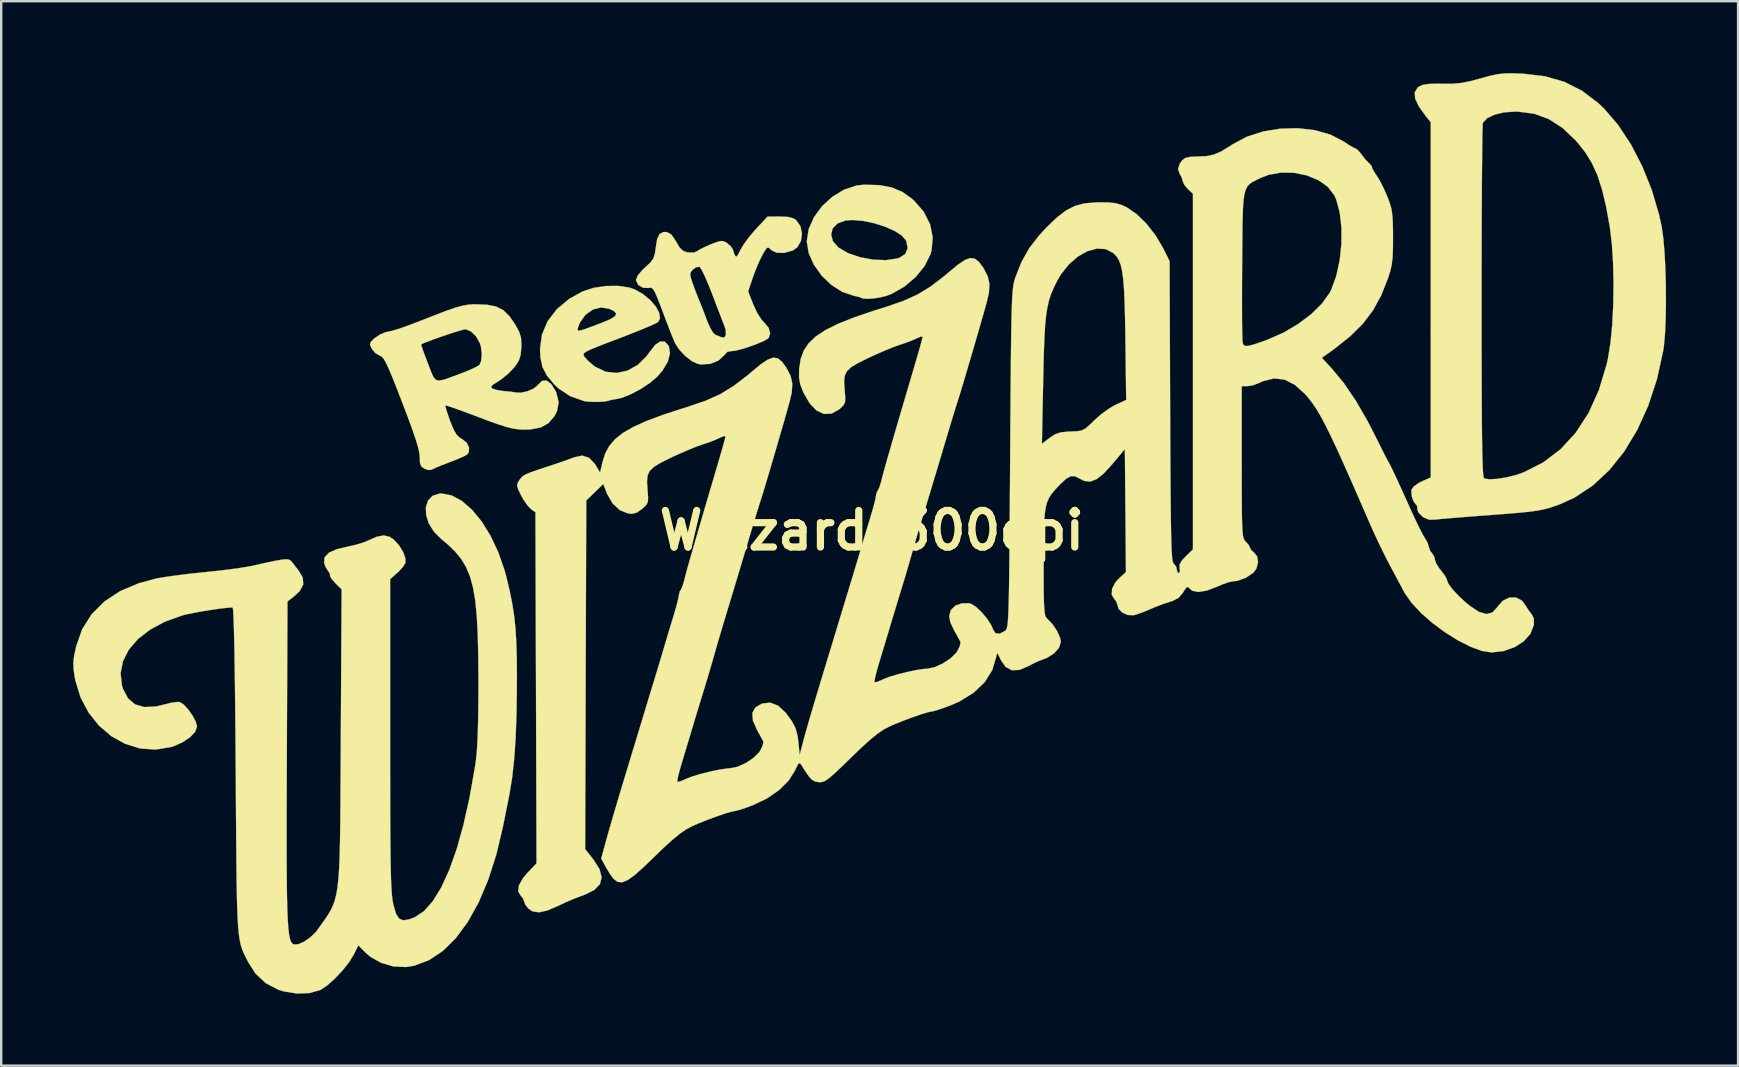
<source format=kicad_pcb>
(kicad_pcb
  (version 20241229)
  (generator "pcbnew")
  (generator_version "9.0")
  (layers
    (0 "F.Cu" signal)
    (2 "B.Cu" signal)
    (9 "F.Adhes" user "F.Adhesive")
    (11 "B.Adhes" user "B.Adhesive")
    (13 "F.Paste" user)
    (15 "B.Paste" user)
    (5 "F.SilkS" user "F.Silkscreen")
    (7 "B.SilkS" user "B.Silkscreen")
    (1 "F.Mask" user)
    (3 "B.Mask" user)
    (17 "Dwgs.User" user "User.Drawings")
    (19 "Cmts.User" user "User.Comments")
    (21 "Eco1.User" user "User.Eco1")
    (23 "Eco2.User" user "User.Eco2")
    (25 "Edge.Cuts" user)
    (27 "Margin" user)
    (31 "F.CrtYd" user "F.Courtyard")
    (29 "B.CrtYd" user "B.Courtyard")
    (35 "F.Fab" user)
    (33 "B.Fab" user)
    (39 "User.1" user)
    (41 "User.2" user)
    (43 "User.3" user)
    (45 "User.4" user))
  (footprint "Wizzard_300dpi"
    (layer "F.Cu")
    (at 33.267 19.048)
    (property "Reference" "Wizzard_300dpi" (at 0 0 0) (layer "F.SilkS") (effects (font (size 1.524 1.524) (thickness 0.3))))
    (attr through_hole)
    (fp_poly (pts (xy 0.317 -14.386) (xy 0.837 -14.288) (xy 1.28 -14.099) (xy 1.688 -13.805) (xy 1.757 -13.744) (xy 2.162 -13.277) (xy 2.424 -12.761) (xy 2.536 -12.218) (xy 2.491 -11.673) (xy 2.443 -11.506) (xy 2.202 -11.021) (xy 1.829 -10.561) (xy 1.363 -10.164) (xy 0.843 -9.865) (xy 0.634 -9.783) (xy 0.358 -9.711) (xy 0.058 -9.665) (xy -0.211 -9.649) (xy -0.394 -9.669) (xy -0.433 -9.69) (xy -0.534 -9.729) (xy -0.731 -9.773) (xy -0.753 -9.777) (xy -1.231 -9.938) (xy -1.686 -10.23) (xy -2.09 -10.618) (xy -2.414 -11.072) (xy -2.63 -11.556) (xy -2.709 -12.039) (xy -2.709 -12.043) (xy -2.665 -12.328) (xy -1.697 -12.328) (xy -1.621 -12.05) (xy -1.399 -11.793) (xy -1.001 -11.558) (xy -0.5 -11.384) (xy 0.048 -11.282) (xy 0.586 -11.261) (xy 1.059 -11.33) (xy 1.153 -11.36) (xy 1.395 -11.519) (xy 1.493 -11.757) (xy 1.438 -12.051) (xy 1.421 -12.088) (xy 1.247 -12.289) (xy 0.943 -12.482) (xy 0.549 -12.656) (xy 0.102 -12.798) (xy -0.356 -12.895) (xy -0.788 -12.933) (xy -1.095 -12.913) (xy -1.425 -12.792) (xy -1.629 -12.586) (xy -1.697 -12.328) (xy -2.665 -12.328) (xy -2.629 -12.556) (xy -2.407 -13.055) (xy -2.07 -13.512) (xy -1.644 -13.902) (xy -1.157 -14.196) (xy -0.635 -14.37) (xy -0.318 -14.405) (xy 0.317 -14.386)) (stroke (width 0.01) (type solid)) (fill yes) (layer "F.SilkS"))
    (fp_poly (pts (xy -10.092 -10.117) (xy -9.883 -10.045) (xy -9.533 -9.847) (xy -9.232 -9.599) (xy -9 -9.331) (xy -8.857 -9.068) (xy -8.823 -8.838) (xy -8.902 -8.682) (xy -9.015 -8.62) (xy -9.259 -8.511) (xy -9.609 -8.365) (xy -10.038 -8.194) (xy -10.519 -8.008) (xy -10.552 -7.996) (xy -11.08 -7.795) (xy -11.468 -7.643) (xy -11.736 -7.531) (xy -11.903 -7.447) (xy -11.988 -7.382) (xy -12.01 -7.324) (xy -11.988 -7.264) (xy -11.966 -7.229) (xy -11.823 -7.069) (xy -11.604 -6.881) (xy -11.51 -6.813) (xy -11.083 -6.611) (xy -10.629 -6.562) (xy -10.176 -6.66) (xy -9.75 -6.897) (xy -9.378 -7.265) (xy -9.261 -7.429) (xy -9.027 -7.729) (xy -8.81 -7.875) (xy -8.62 -7.865) (xy -8.468 -7.697) (xy -8.451 -7.662) (xy -8.408 -7.372) (xy -8.501 -7.029) (xy -8.721 -6.661) (xy -8.943 -6.404) (xy -9.248 -6.145) (xy -9.629 -5.893) (xy -10.032 -5.678) (xy -10.404 -5.529) (xy -10.629 -5.478) (xy -10.839 -5.444) (xy -10.968 -5.406) (xy -11.111 -5.375) (xy -11.356 -5.358) (xy -11.635 -5.357) (xy -11.882 -5.373) (xy -11.98 -5.389) (xy -12.569 -5.597) (xy -13.05 -5.915) (xy -13.225 -6.083) (xy -13.534 -6.453) (xy -13.719 -6.807) (xy -13.806 -7.208) (xy -13.822 -7.568) (xy -13.74 -8.164) (xy -13.644 -8.389) (xy -12.257 -8.389) (xy -12.249 -8.335) (xy -12.185 -8.325) (xy -12.042 -8.36) (xy -11.796 -8.445) (xy -11.423 -8.585) (xy -11.244 -8.653) (xy -10.888 -8.803) (xy -10.691 -8.928) (xy -10.647 -9.037) (xy -10.75 -9.144) (xy -10.932 -9.233) (xy -11.277 -9.292) (xy -11.618 -9.204) (xy -11.922 -8.991) (xy -12.154 -8.672) (xy -12.232 -8.479) (xy -12.257 -8.389) (xy -13.644 -8.389) (xy -13.502 -8.721) (xy -13.118 -9.222) (xy -12.6 -9.652) (xy -12.052 -9.957) (xy -11.597 -10.106) (xy -11.078 -10.184) (xy -10.557 -10.189) (xy -10.092 -10.117)) (stroke (width 0.01) (type solid)) (fill yes) (layer "F.SilkS"))
    (fp_poly (pts (xy -3.489 -13.062) (xy -3.265 -13.003) (xy -3.147 -12.924) (xy -2.971 -12.669) (xy -2.909 -12.363) (xy -2.954 -12.057) (xy -3.101 -11.8) (xy -3.294 -11.663) (xy -3.649 -11.564) (xy -3.961 -11.57) (xy -4.186 -11.679) (xy -4.201 -11.695) (xy -4.292 -11.781) (xy -4.364 -11.777) (xy -4.454 -11.66) (xy -4.551 -11.494) (xy -4.686 -11.222) (xy -4.835 -10.868) (xy -4.954 -10.547) (xy -5.152 -9.96) (xy -4.934 -9.404) (xy -4.772 -9.057) (xy -4.592 -8.777) (xy -4.474 -8.651) (xy -4.298 -8.441) (xy -4.235 -8.217) (xy -4.294 -8.029) (xy -4.339 -7.985) (xy -4.513 -7.888) (xy -4.782 -7.774) (xy -5.098 -7.658) (xy -5.41 -7.559) (xy -5.671 -7.492) (xy -5.831 -7.473) (xy -5.842 -7.475) (xy -6.021 -7.441) (xy -6.139 -7.311) (xy -6.384 -7.08) (xy -6.725 -6.942) (xy -7.106 -6.916) (xy -7.25 -6.94) (xy -7.502 -7.058) (xy -7.781 -7.277) (xy -8.033 -7.548) (xy -8.189 -7.79) (xy -8.259 -7.953) (xy -8.372 -8.233) (xy -8.511 -8.589) (xy -8.64 -8.928) (xy -8.815 -9.393) (xy -8.945 -9.722) (xy -9.041 -9.936) (xy -9.117 -10.057) (xy -9.184 -10.109) (xy -9.256 -10.113) (xy -9.304 -10.102) (xy -9.531 -10.11) (xy -9.724 -10.224) (xy -9.82 -10.406) (xy -9.822 -10.438) (xy -9.752 -10.62) (xy -9.715 -10.664) (xy -7.568 -10.664) (xy -7.535 -10.503) (xy -7.461 -10.287) (xy -7.346 -9.974) (xy -7.229 -9.673) (xy -7.185 -9.567) (xy -7.088 -9.328) (xy -6.963 -9.006) (xy -6.861 -8.734) (xy -6.741 -8.456) (xy -6.62 -8.248) (xy -6.527 -8.156) (xy -6.327 -8.078) (xy -6.265 -8.048) (xy -6.14 -8.041) (xy -6.078 -8.157) (xy -6.088 -8.36) (xy -6.135 -8.509) (xy -6.203 -8.682) (xy -6.316 -8.975) (xy -6.46 -9.35) (xy -6.619 -9.768) (xy -6.651 -9.852) (xy -6.81 -10.253) (xy -6.958 -10.594) (xy -7.081 -10.845) (xy -7.165 -10.975) (xy -7.18 -10.986) (xy -7.32 -10.965) (xy -7.453 -10.87) (xy -7.541 -10.768) (xy -7.568 -10.664) (xy -9.715 -10.664) (xy -9.553 -10.855) (xy -9.436 -10.964) (xy -9.215 -11.172) (xy -9.092 -11.347) (xy -9.03 -11.558) (xy -9 -11.789) (xy -8.941 -12.143) (xy -8.84 -12.35) (xy -8.681 -12.434) (xy -8.535 -12.431) (xy -8.354 -12.331) (xy -8.176 -12.076) (xy -8.148 -12.023) (xy -7.995 -11.77) (xy -7.835 -11.635) (xy -7.682 -11.584) (xy -7.413 -11.575) (xy -7.281 -11.633) (xy -7.135 -11.723) (xy -6.892 -11.841) (xy -6.696 -11.924) (xy -6.431 -12.025) (xy -6.264 -12.061) (xy -6.141 -12.037) (xy -6.036 -11.976) (xy -5.873 -11.838) (xy -5.795 -11.721) (xy -5.715 -11.481) (xy -5.654 -11.4) (xy -5.583 -11.472) (xy -5.479 -11.678) (xy -5.332 -11.925) (xy -5.108 -12.229) (xy -4.853 -12.529) (xy -4.821 -12.564) (xy -4.341 -13.075) (xy -3.831 -13.078) (xy -3.489 -13.062)) (stroke (width 0.01) (type solid)) (fill yes) (layer "F.SilkS"))
    (fp_poly (pts (xy 27.125 -19.028) (xy 28.037 -18.922) (xy 28.85 -18.688) (xy 29.589 -18.314) (xy 30.274 -17.792) (xy 30.508 -17.57) (xy 31.089 -16.892) (xy 31.624 -16.081) (xy 32.096 -15.166) (xy 32.492 -14.18) (xy 32.794 -13.155) (xy 32.904 -12.649) (xy 32.968 -12.192) (xy 33.019 -11.611) (xy 33.055 -10.942) (xy 33.076 -10.227) (xy 33.08 -9.504) (xy 33.069 -8.813) (xy 33.041 -8.193) (xy 32.995 -7.683) (xy 32.968 -7.493) (xy 32.705 -6.299) (xy 32.341 -5.194) (xy 31.885 -4.188) (xy 31.344 -3.292) (xy 30.724 -2.517) (xy 30.034 -1.874) (xy 29.279 -1.374) (xy 28.709 -1.111) (xy 28.455 -1.017) (xy 28.226 -0.942) (xy 27.994 -0.881) (xy 27.735 -0.83) (xy 27.422 -0.786) (xy 27.03 -0.745) (xy 26.532 -0.702) (xy 25.904 -0.654) (xy 25.558 -0.628) (xy 25.011 -0.587) (xy 24.501 -0.547) (xy 24.06 -0.51) (xy 23.719 -0.48) (xy 23.51 -0.458) (xy 23.494 -0.456) (xy 23.218 -0.448) (xy 23.003 -0.534) (xy 22.917 -0.596) (xy 22.771 -0.748) (xy 22.721 -0.881) (xy 22.724 -0.896) (xy 22.714 -1.03) (xy 22.682 -1.064) (xy 22.565 -1.213) (xy 22.487 -1.443) (xy 22.475 -1.668) (xy 22.485 -1.713) (xy 22.59 -1.845) (xy 22.796 -1.987) (xy 22.911 -2.044) (xy 23.283 -2.209) (xy 23.283 -9.525) (xy 25.4 -9.525) (xy 25.4 -8.192) (xy 25.402 -7.02) (xy 25.405 -5.999) (xy 25.409 -5.121) (xy 25.414 -4.377) (xy 25.421 -3.758) (xy 25.429 -3.255) (xy 25.44 -2.859) (xy 25.452 -2.562) (xy 25.466 -2.354) (xy 25.483 -2.227) (xy 25.501 -2.171) (xy 25.506 -2.168) (xy 25.718 -2.132) (xy 26.041 -2.149) (xy 26.427 -2.211) (xy 26.828 -2.31) (xy 27.14 -2.416) (xy 27.964 -2.832) (xy 28.694 -3.387) (xy 29.326 -4.076) (xy 29.858 -4.896) (xy 30.286 -5.842) (xy 30.608 -6.911) (xy 30.663 -7.154) (xy 30.766 -7.788) (xy 30.841 -8.544) (xy 30.885 -9.379) (xy 30.898 -10.246) (xy 30.88 -11.103) (xy 30.831 -11.904) (xy 30.748 -12.606) (xy 30.74 -12.658) (xy 30.587 -13.502) (xy 30.419 -14.205) (xy 30.227 -14.796) (xy 29.998 -15.302) (xy 29.722 -15.752) (xy 29.387 -16.173) (xy 29.327 -16.24) (xy 28.774 -16.767) (xy 28.205 -17.136) (xy 27.596 -17.36) (xy 26.923 -17.448) (xy 26.782 -17.45) (xy 26.328 -17.416) (xy 25.933 -17.32) (xy 25.633 -17.176) (xy 25.462 -16.995) (xy 25.453 -16.972) (xy 25.445 -16.869) (xy 25.437 -16.608) (xy 25.43 -16.203) (xy 25.424 -15.667) (xy 25.418 -15.011) (xy 25.412 -14.248) (xy 25.408 -13.391) (xy 25.404 -12.452) (xy 25.402 -11.444) (xy 25.4 -10.38) (xy 25.4 -9.525) (xy 23.283 -9.525) (xy 23.283 -17.005) (xy 23.089 -17.244) (xy 22.791 -17.657) (xy 22.633 -17.988) (xy 22.615 -18.248) (xy 22.734 -18.445) (xy 22.804 -18.499) (xy 22.966 -18.567) (xy 23.213 -18.603) (xy 23.579 -18.612) (xy 23.757 -18.608) (xy 24.18 -18.608) (xy 24.547 -18.641) (xy 24.93 -18.717) (xy 25.347 -18.829) (xy 25.744 -18.938) (xy 26.059 -19.006) (xy 26.354 -19.038) (xy 26.694 -19.043) (xy 27.125 -19.028)) (stroke (width 0.01) (type solid)) (fill yes) (layer "F.SilkS"))
    (fp_poly (pts (xy -16.041 -9.405) (xy -15.654 -9.33) (xy -15.353 -9.178) (xy -15.097 -8.929) (xy -14.847 -8.564) (xy -14.69 -8.274) (xy -14.614 -8.029) (xy -14.597 -7.739) (xy -14.6 -7.632) (xy -14.629 -7.311) (xy -14.704 -7.075) (xy -14.857 -6.842) (xy -14.902 -6.786) (xy -15.153 -6.525) (xy -15.452 -6.284) (xy -15.563 -6.212) (xy -15.778 -6.077) (xy -15.86 -5.992) (xy -15.832 -5.93) (xy -15.799 -5.909) (xy -15.625 -5.853) (xy -15.371 -5.811) (xy -15.3 -5.805) (xy -15.057 -5.783) (xy -14.887 -5.759) (xy -14.859 -5.751) (xy -14.629 -5.737) (xy -14.346 -5.799) (xy -14.083 -5.915) (xy -13.919 -6.054) (xy -13.739 -6.231) (xy -13.547 -6.245) (xy -13.354 -6.1) (xy -13.17 -5.801) (xy -13.14 -5.732) (xy -13.045 -5.343) (xy -13.113 -4.971) (xy -13.216 -4.77) (xy -13.466 -4.474) (xy -13.791 -4.291) (xy -14.222 -4.209) (xy -14.478 -4.201) (xy -14.713 -4.212) (xy -14.951 -4.247) (xy -15.225 -4.314) (xy -15.566 -4.423) (xy -16.009 -4.582) (xy -16.381 -4.723) (xy -16.826 -4.89) (xy -17.213 -5.032) (xy -17.515 -5.137) (xy -17.708 -5.198) (xy -17.764 -5.209) (xy -17.752 -5.12) (xy -17.69 -4.915) (xy -17.592 -4.632) (xy -17.565 -4.557) (xy -17.427 -4.218) (xy -17.306 -4.002) (xy -17.173 -3.87) (xy -17.07 -3.81) (xy -16.875 -3.654) (xy -16.776 -3.451) (xy -16.791 -3.254) (xy -16.866 -3.159) (xy -16.994 -3.089) (xy -17.235 -2.984) (xy -17.541 -2.862) (xy -17.611 -2.836) (xy -17.921 -2.717) (xy -18.172 -2.612) (xy -18.319 -2.542) (xy -18.334 -2.532) (xy -18.466 -2.517) (xy -18.63 -2.57) (xy -18.764 -2.666) (xy -18.822 -2.813) (xy -18.83 -3.045) (xy -18.845 -3.222) (xy -18.902 -3.473) (xy -19.006 -3.816) (xy -19.162 -4.268) (xy -19.375 -4.846) (xy -19.558 -5.325) (xy -19.794 -5.933) (xy -19.98 -6.401) (xy -20.126 -6.746) (xy -20.24 -6.988) (xy -20.33 -7.145) (xy -20.407 -7.235) (xy -20.478 -7.278) (xy -20.496 -7.283) (xy -20.681 -7.389) (xy -20.827 -7.565) (xy -20.902 -7.728) (xy -20.898 -7.752) (xy -18.774 -7.752) (xy -18.754 -7.671) (xy -18.684 -7.467) (xy -18.576 -7.175) (xy -18.491 -6.954) (xy -18.366 -6.626) (xy -18.269 -6.405) (xy -18.169 -6.28) (xy -18.033 -6.242) (xy -17.829 -6.281) (xy -17.524 -6.388) (xy -17.125 -6.537) (xy -16.8 -6.665) (xy -16.533 -6.785) (xy -16.368 -6.878) (xy -16.34 -6.901) (xy -16.267 -7.09) (xy -16.248 -7.368) (xy -16.284 -7.664) (xy -16.328 -7.807) (xy -16.489 -8.088) (xy -16.701 -8.294) (xy -16.918 -8.381) (xy -16.937 -8.382) (xy -17.062 -8.355) (xy -17.302 -8.284) (xy -17.614 -8.183) (xy -17.955 -8.067) (xy -18.284 -7.951) (xy -18.558 -7.848) (xy -18.735 -7.774) (xy -18.774 -7.752) (xy -20.898 -7.752) (xy -20.883 -7.841) (xy -20.753 -7.975) (xy -20.718 -8.005) (xy -20.493 -8.16) (xy -20.266 -8.255) (xy -20.252 -8.258) (xy -20.042 -8.305) (xy -19.822 -8.366) (xy -19.563 -8.45) (xy -19.234 -8.569) (xy -18.807 -8.732) (xy -18.288 -8.935) (xy -17.774 -9.133) (xy -17.381 -9.271) (xy -17.073 -9.358) (xy -16.818 -9.406) (xy -16.58 -9.422) (xy -16.552 -9.422) (xy -16.041 -9.405)) (stroke (width 0.01) (type solid)) (fill yes) (layer "F.SilkS"))
    (fp_poly (pts (xy -17.498 -1.459) (xy -17.068 -1.225) (xy -16.646 -0.855) (xy -16.245 -0.364) (xy -15.879 0.23) (xy -15.558 0.913) (xy -15.296 1.667) (xy -15.209 1.99) (xy -15.078 2.55) (xy -14.975 3.065) (xy -14.898 3.567) (xy -14.844 4.089) (xy -14.809 4.665) (xy -14.79 5.328) (xy -14.784 6.112) (xy -14.786 6.521) (xy -14.801 7.657) (xy -14.838 8.646) (xy -14.897 9.51) (xy -14.98 10.272) (xy -15.089 10.954) (xy -15.116 11.091) (xy -15.19 11.461) (xy -15.278 11.901) (xy -15.361 12.317) (xy -15.361 12.319) (xy -15.64 13.494) (xy -15.981 14.555) (xy -16.38 15.495) (xy -16.832 16.307) (xy -17.331 16.984) (xy -17.874 17.518) (xy -18.455 17.903) (xy -19.069 18.131) (xy -19.399 18.185) (xy -19.92 18.162) (xy -20.439 18.011) (xy -20.896 17.753) (xy -21.07 17.603) (xy -21.391 17.281) (xy -21.566 17.641) (xy -21.764 17.966) (xy -22.043 18.321) (xy -22.363 18.663) (xy -22.683 18.948) (xy -22.962 19.135) (xy -22.987 19.146) (xy -23.43 19.269) (xy -23.95 19.288) (xy -24.49 19.202) (xy -24.718 19.132) (xy -25.249 18.857) (xy -25.679 18.449) (xy -25.966 18) (xy -26.052 17.834) (xy -26.127 17.685) (xy -26.192 17.543) (xy -26.249 17.395) (xy -26.296 17.229) (xy -26.336 17.033) (xy -26.369 16.795) (xy -26.396 16.504) (xy -26.418 16.146) (xy -26.436 15.711) (xy -26.45 15.185) (xy -26.461 14.558) (xy -26.47 13.817) (xy -26.477 12.949) (xy -26.485 11.944) (xy -26.492 10.788) (xy -26.497 10.012) (xy -26.508 8.631) (xy -26.519 7.402) (xy -26.531 6.326) (xy -26.545 5.405) (xy -26.559 4.641) (xy -26.574 4.038) (xy -26.591 3.597) (xy -26.607 3.32) (xy -26.625 3.21) (xy -26.628 3.208) (xy -26.793 3.214) (xy -27.08 3.245) (xy -27.443 3.296) (xy -27.836 3.358) (xy -28.216 3.426) (xy -28.536 3.491) (xy -28.702 3.532) (xy -29.434 3.792) (xy -30.059 4.126) (xy -30.568 4.52) (xy -30.95 4.963) (xy -31.195 5.443) (xy -31.294 5.946) (xy -31.236 6.462) (xy -31.191 6.604) (xy -30.985 6.993) (xy -30.692 7.243) (xy -30.308 7.356) (xy -29.826 7.333) (xy -29.422 7.235) (xy -29.145 7.168) (xy -28.91 7.142) (xy -28.826 7.148) (xy -28.666 7.25) (xy -28.477 7.456) (xy -28.296 7.712) (xy -28.161 7.967) (xy -28.109 8.164) (xy -28.187 8.383) (xy -28.397 8.611) (xy -28.709 8.821) (xy -29.088 8.988) (xy -29.183 9.019) (xy -29.837 9.127) (xy -30.484 9.079) (xy -31.103 8.888) (xy -31.679 8.568) (xy -32.192 8.13) (xy -32.626 7.588) (xy -32.96 6.956) (xy -33.179 6.246) (xy -33.204 6.11) (xy -33.252 5.783) (xy -33.262 5.514) (xy -33.23 5.234) (xy -33.154 4.871) (xy -33.142 4.818) (xy -32.892 4.111) (xy -32.5 3.49) (xy -31.971 2.96) (xy -31.311 2.526) (xy -30.525 2.193) (xy -29.8 2) (xy -29.486 1.945) (xy -29.052 1.883) (xy -28.546 1.819) (xy -28.016 1.76) (xy -27.789 1.737) (xy -27.271 1.683) (xy -26.763 1.622) (xy -26.311 1.559) (xy -25.96 1.502) (xy -25.845 1.479) (xy -25.303 1.359) (xy -24.902 1.273) (xy -24.618 1.221) (xy -24.426 1.2) (xy -24.302 1.209) (xy -24.22 1.245) (xy -24.158 1.309) (xy -24.119 1.359) (xy -23.982 1.537) (xy -23.887 1.656) (xy -23.705 1.963) (xy -23.685 2.247) (xy -23.83 2.521) (xy -24.06 2.738) (xy -24.342 2.958) (xy -24.369 9.606) (xy -24.374 10.915) (xy -24.377 12.064) (xy -24.377 13.065) (xy -24.375 13.928) (xy -24.37 14.663) (xy -24.361 15.28) (xy -24.348 15.79) (xy -24.331 16.203) (xy -24.309 16.529) (xy -24.282 16.78) (xy -24.25 16.964) (xy -24.212 17.093) (xy -24.168 17.177) (xy -24.117 17.226) (xy -24.083 17.243) (xy -23.897 17.237) (xy -23.649 17.128) (xy -23.386 16.946) (xy -23.154 16.719) (xy -23.092 16.637) (xy -22.922 16.399) (xy -22.775 16.191) (xy -22.647 16.001) (xy -22.539 15.816) (xy -22.447 15.623) (xy -22.371 15.409) (xy -22.309 15.162) (xy -22.259 14.868) (xy -22.22 14.515) (xy -22.191 14.091) (xy -22.169 13.581) (xy -22.154 12.973) (xy -22.143 12.255) (xy -22.136 11.414) (xy -22.13 10.436) (xy -22.124 9.31) (xy -22.12 8.572) (xy -22.086 2.454) (xy -22.35 2.19) (xy -22.499 2.022) (xy -22.569 1.905) (xy -22.567 1.88) (xy -22.578 1.79) (xy -22.642 1.7) (xy -22.756 1.514) (xy -22.817 1.345) (xy -22.797 1.116) (xy -22.614 0.925) (xy -22.27 0.774) (xy -21.873 0.681) (xy -21.527 0.605) (xy -21.201 0.508) (xy -21.006 0.429) (xy -20.626 0.263) (xy -20.335 0.206) (xy -20.097 0.258) (xy -19.918 0.376) (xy -19.694 0.618) (xy -19.521 0.9) (xy -19.428 1.171) (xy -19.43 1.352) (xy -19.523 1.505) (xy -19.697 1.699) (xy -19.774 1.77) (xy -20.066 2.027) (xy -20.066 8.511) (xy -20.066 9.739) (xy -20.064 10.809) (xy -20.062 11.734) (xy -20.058 12.525) (xy -20.053 13.195) (xy -20.046 13.755) (xy -20.037 14.217) (xy -20.026 14.593) (xy -20.012 14.895) (xy -19.995 15.136) (xy -19.976 15.326) (xy -19.953 15.477) (xy -19.932 15.583) (xy -19.827 15.951) (xy -19.697 16.165) (xy -19.515 16.241) (xy -19.256 16.195) (xy -19.031 16.106) (xy -18.648 15.85) (xy -18.281 15.433) (xy -17.931 14.86) (xy -17.602 14.139) (xy -17.295 13.277) (xy -17.015 12.28) (xy -16.763 11.156) (xy -16.542 9.911) (xy -16.496 9.61) (xy -16.454 9.217) (xy -16.422 8.669) (xy -16.401 7.964) (xy -16.389 7.096) (xy -16.387 6.223) (xy -16.395 5.181) (xy -16.417 4.292) (xy -16.458 3.537) (xy -16.522 2.899) (xy -16.615 2.363) (xy -16.74 1.91) (xy -16.902 1.523) (xy -17.105 1.185) (xy -17.355 0.88) (xy -17.655 0.589) (xy -17.933 0.358) (xy -18.244 0.046) (xy -18.454 -0.296) (xy -18.566 -0.643) (xy -18.577 -0.968) (xy -18.489 -1.243) (xy -18.302 -1.441) (xy -18.016 -1.536) (xy -17.925 -1.541) (xy -17.498 -1.459)) (stroke (width 0.01) (type solid)) (fill yes) (layer "F.SilkS"))
    (fp_poly (pts (xy 18.46 -16.674) (xy 19.106 -16.49) (xy 19.656 -16.203) (xy 19.663 -16.198) (xy 19.894 -16.045) (xy 20.073 -15.944) (xy 20.144 -15.917) (xy 20.239 -15.854) (xy 20.376 -15.696) (xy 20.416 -15.642) (xy 20.567 -15.447) (xy 20.698 -15.314) (xy 20.718 -15.299) (xy 20.817 -15.189) (xy 20.828 -15.145) (xy 20.875 -15.027) (xy 20.99 -14.841) (xy 21.027 -14.79) (xy 21.16 -14.574) (xy 21.317 -14.265) (xy 21.465 -13.93) (xy 21.466 -13.928) (xy 21.566 -13.665) (xy 21.635 -13.435) (xy 21.677 -13.194) (xy 21.699 -12.897) (xy 21.709 -12.498) (xy 21.711 -12.234) (xy 21.708 -11.744) (xy 21.693 -11.377) (xy 21.659 -11.085) (xy 21.601 -10.821) (xy 21.514 -10.541) (xy 21.225 -9.808) (xy 20.881 -9.177) (xy 20.456 -8.614) (xy 19.923 -8.085) (xy 19.256 -7.556) (xy 19.131 -7.466) (xy 18.747 -7.193) (xy 19.157 -6.75) (xy 19.658 -6.146) (xy 20.156 -5.414) (xy 20.661 -4.54) (xy 21.056 -3.768) (xy 21.223 -3.43) (xy 21.368 -3.141) (xy 21.473 -2.94) (xy 21.508 -2.879) (xy 21.588 -2.733) (xy 21.712 -2.482) (xy 21.884 -2.114) (xy 22.112 -1.616) (xy 22.4 -0.976) (xy 22.439 -0.889) (xy 22.623 -0.489) (xy 22.796 -0.13) (xy 22.941 0.152) (xy 23.039 0.319) (xy 23.046 0.329) (xy 23.158 0.524) (xy 23.199 0.678) (xy 23.26 0.855) (xy 23.326 0.931) (xy 23.434 1.101) (xy 23.453 1.206) (xy 23.506 1.37) (xy 23.641 1.583) (xy 23.707 1.664) (xy 23.861 1.865) (xy 23.951 2.03) (xy 23.961 2.074) (xy 24.024 2.229) (xy 24.194 2.456) (xy 24.445 2.725) (xy 24.749 3.006) (xy 24.921 3.147) (xy 25.292 3.391) (xy 25.599 3.481) (xy 25.85 3.417) (xy 26.051 3.2) (xy 26.059 3.187) (xy 26.284 2.928) (xy 26.556 2.796) (xy 26.834 2.792) (xy 27.08 2.919) (xy 27.226 3.113) (xy 27.361 3.328) (xy 27.472 3.469) (xy 27.576 3.655) (xy 27.58 3.907) (xy 27.573 3.949) (xy 27.435 4.303) (xy 27.159 4.614) (xy 26.778 4.86) (xy 26.322 5.022) (xy 25.822 5.08) (xy 25.821 5.08) (xy 25.415 5.017) (xy 24.936 4.842) (xy 24.412 4.575) (xy 23.875 4.239) (xy 23.356 3.854) (xy 22.884 3.441) (xy 22.49 3.021) (xy 22.205 2.616) (xy 22.175 2.561) (xy 22.086 2.392) (xy 21.939 2.117) (xy 21.757 1.777) (xy 21.609 1.503) (xy 21.385 1.07) (xy 21.133 0.555) (xy 20.888 0.03) (xy 20.733 -0.319) (xy 20.3 -1.315) (xy 19.926 -2.168) (xy 19.604 -2.892) (xy 19.326 -3.5) (xy 19.086 -4.007) (xy 18.877 -4.426) (xy 18.692 -4.769) (xy 18.524 -5.052) (xy 18.367 -5.288) (xy 18.214 -5.49) (xy 18.057 -5.672) (xy 18.047 -5.683) (xy 17.624 -6.066) (xy 17.2 -6.283) (xy 16.765 -6.335) (xy 16.308 -6.226) (xy 16.111 -6.136) (xy 15.86 -6.044) (xy 15.642 -6.012) (xy 15.409 -6.011) (xy 15.409 -2.849) (xy 15.41 -2.034) (xy 15.411 -1.371) (xy 15.415 -0.843) (xy 15.421 -0.435) (xy 15.431 -0.129) (xy 15.446 0.092) (xy 15.466 0.244) (xy 15.493 0.344) (xy 15.527 0.41) (xy 15.569 0.457) (xy 15.579 0.466) (xy 15.705 0.612) (xy 15.748 0.712) (xy 15.812 0.826) (xy 15.917 0.912) (xy 16.054 1.086) (xy 16.088 1.332) (xy 16.019 1.589) (xy 15.896 1.758) (xy 15.583 1.97) (xy 15.223 2.098) (xy 15.044 2.117) (xy 14.869 2.153) (xy 14.608 2.244) (xy 14.393 2.337) (xy 13.962 2.502) (xy 13.608 2.561) (xy 13.352 2.512) (xy 13.25 2.427) (xy 13.174 2.349) (xy 13.101 2.376) (xy 12.996 2.531) (xy 12.97 2.575) (xy 12.783 2.804) (xy 12.52 2.94) (xy 12.431 2.967) (xy 12.138 3.06) (xy 11.794 3.192) (xy 11.608 3.272) (xy 11.313 3.396) (xy 11.042 3.493) (xy 10.91 3.529) (xy 10.662 3.52) (xy 10.432 3.419) (xy 10.277 3.26) (xy 10.245 3.141) (xy 10.183 2.956) (xy 10.118 2.879) (xy 9.995 2.68) (xy 10.009 2.426) (xy 10.15 2.155) (xy 10.288 2.005) (xy 10.586 1.732) (xy 10.541 -3.391) (xy 10.013 -2.758) (xy 9.661 -2.374) (xy 9.362 -2.137) (xy 9.095 -2.037) (xy 8.844 -2.066) (xy 8.681 -2.15) (xy 8.471 -2.257) (xy 8.287 -2.261) (xy 8.089 -2.151) (xy 7.837 -1.915) (xy 7.819 -1.896) (xy 7.632 -1.697) (xy 7.484 -1.519) (xy 7.37 -1.339) (xy 7.287 -1.135) (xy 7.229 -0.884) (xy 7.192 -0.564) (xy 7.171 -0.151) (xy 7.161 0.378) (xy 7.158 1.044) (xy 7.157 1.33) (xy 7.157 2.01) (xy 7.161 2.541) (xy 7.168 2.942) (xy 7.181 3.232) (xy 7.201 3.43) (xy 7.228 3.556) (xy 7.263 3.63) (xy 7.29 3.658) (xy 7.523 3.899) (xy 7.721 4.193) (xy 7.847 4.482) (xy 7.874 4.639) (xy 7.797 4.887) (xy 7.589 5.122) (xy 7.29 5.31) (xy 7.112 5.375) (xy 6.909 5.455) (xy 6.647 5.583) (xy 6.547 5.639) (xy 6.155 5.807) (xy 5.832 5.821) (xy 5.571 5.68) (xy 5.367 5.382) (xy 5.352 5.348) (xy 5.264 5.16) (xy 5.219 5.114) (xy 5.193 5.198) (xy 5.185 5.249) (xy 5.021 5.81) (xy 4.704 6.316) (xy 4.243 6.758) (xy 3.649 7.124) (xy 3.287 7.282) (xy 2.969 7.399) (xy 2.705 7.488) (xy 2.539 7.533) (xy 2.515 7.535) (xy 2.355 7.566) (xy 2.081 7.648) (xy 1.733 7.767) (xy 1.353 7.908) (xy 0.982 8.057) (xy 0.72 8.171) (xy 0.478 8.3) (xy 0.217 8.481) (xy -0.09 8.732) (xy -0.464 9.073) (xy -0.863 9.457) (xy -1.253 9.837) (xy -1.544 10.112) (xy -1.759 10.299) (xy -1.916 10.413) (xy -2.039 10.47) (xy -2.147 10.487) (xy -2.215 10.483) (xy -2.363 10.456) (xy -2.487 10.39) (xy -2.614 10.255) (xy -2.774 10.024) (xy -2.933 9.768) (xy -2.998 9.69) (xy -3.058 9.715) (xy -3.14 9.865) (xy -3.199 9.997) (xy -3.462 10.416) (xy -3.862 10.813) (xy -4.369 11.163) (xy -4.929 11.432) (xy -5.246 11.549) (xy -5.51 11.637) (xy -5.675 11.681) (xy -5.697 11.684) (xy -5.857 11.715) (xy -6.132 11.797) (xy -6.48 11.916) (xy -6.86 12.057) (xy -7.231 12.205) (xy -7.493 12.32) (xy -7.735 12.45) (xy -7.998 12.631) (xy -8.306 12.884) (xy -8.682 13.227) (xy -9.069 13.6) (xy -9.527 14.041) (xy -9.888 14.361) (xy -10.173 14.564) (xy -10.399 14.656) (xy -10.586 14.638) (xy -10.753 14.516) (xy -10.919 14.293) (xy -11.085 14.009) (xy -11.272 13.666) (xy -11.101 13.035) (xy -10.967 12.556) (xy -10.786 11.929) (xy -10.56 11.167) (xy -10.294 10.282) (xy -10.026 9.398) (xy -9.887 8.943) (xy -9.746 8.479) (xy -9.621 8.067) (xy -9.55 7.832) (xy -9.439 7.463) (xy -9.303 7.016) (xy -9.168 6.574) (xy -9.138 6.477) (xy -8.997 6.014) (xy -8.84 5.491) (xy -8.697 5.013) (xy -8.679 4.953) (xy -8.547 4.508) (xy -8.401 4.023) (xy -8.27 3.59) (xy -8.249 3.521) (xy -8.153 3.193) (xy -8.081 2.915) (xy -8.045 2.737) (xy -8.043 2.713) (xy -8.001 2.542) (xy -7.968 2.493) (xy -7.904 2.367) (xy -7.831 2.142) (xy -7.803 2.032) (xy -7.757 1.849) (xy -7.679 1.562) (xy -7.566 1.162) (xy -7.416 0.642) (xy -7.227 -0.008) (xy -6.997 -0.796) (xy -6.722 -1.73) (xy -6.446 -2.666) (xy -6.322 -3.09) (xy -6.217 -3.457) (xy -6.14 -3.736) (xy -6.1 -3.896) (xy -6.096 -3.92) (xy -6.159 -3.933) (xy -6.313 -3.87) (xy -6.329 -3.862) (xy -6.544 -3.765) (xy -6.84 -3.654) (xy -7.027 -3.593) (xy -7.302 -3.496) (xy -7.672 -3.346) (xy -8.082 -3.167) (xy -8.364 -3.036) (xy -8.787 -2.826) (xy -9.076 -2.652) (xy -9.254 -2.481) (xy -9.343 -2.284) (xy -9.365 -2.027) (xy -9.343 -1.682) (xy -9.342 -1.67) (xy -9.319 -1.375) (xy -9.33 -1.193) (xy -9.392 -1.067) (xy -9.521 -0.941) (xy -9.573 -0.897) (xy -9.794 -0.742) (xy -9.992 -0.694) (xy -10.147 -0.708) (xy -10.495 -0.847) (xy -10.798 -1.127) (xy -11.027 -1.523) (xy -11.045 -1.569) (xy -11.186 -1.937) (xy -11.541 -1.593) (xy -11.896 -1.249) (xy -11.942 13.273) (xy -11.595 13.711) (xy -11.345 14.103) (xy -11.255 14.443) (xy -11.326 14.732) (xy -11.56 14.975) (xy -11.958 15.173) (xy -12.056 15.207) (xy -12.361 15.321) (xy -12.73 15.478) (xy -13.058 15.633) (xy -13.51 15.828) (xy -13.862 15.906) (xy -14.131 15.868) (xy -14.309 15.748) (xy -14.434 15.584) (xy -14.478 15.462) (xy -14.538 15.314) (xy -14.605 15.24) (xy -14.729 15.04) (xy -14.7 14.781) (xy -14.52 14.468) (xy -14.35 14.269) (xy -13.967 13.865) (xy -14.012 -0.759) (xy -14.193 -0.885) (xy -14.332 -1.03) (xy -14.498 -1.267) (xy -14.6 -1.445) (xy -14.724 -1.695) (xy -14.774 -1.852) (xy -14.757 -1.97) (xy -14.69 -2.086) (xy -14.619 -2.185) (xy -14.535 -2.265) (xy -14.409 -2.34) (xy -14.214 -2.422) (xy -13.918 -2.526) (xy -13.495 -2.665) (xy -13.42 -2.69) (xy -13.052 -2.812) (xy -12.716 -2.929) (xy -12.466 -3.021) (xy -12.397 -3.048) (xy -12.064 -3.119) (xy -11.778 -3.028) (xy -11.538 -2.774) (xy -11.511 -2.731) (xy -11.32 -2.413) (xy -11.222 -2.839) (xy -11.11 -3.197) (xy -10.941 -3.514) (xy -10.699 -3.799) (xy -10.37 -4.062) (xy -9.938 -4.312) (xy -9.388 -4.56) (xy -8.706 -4.815) (xy -7.876 -5.086) (xy -7.62 -5.166) (xy -6.91 -5.409) (xy -6.308 -5.682) (xy -5.756 -6.019) (xy -5.192 -6.452) (xy -5.022 -6.596) (xy -4.633 -6.918) (xy -4.335 -7.118) (xy -4.104 -7.201) (xy -3.914 -7.17) (xy -3.74 -7.028) (xy -3.565 -6.787) (xy -3.387 -6.45) (xy -3.312 -6.124) (xy -3.335 -5.753) (xy -3.422 -5.376) (xy -3.529 -4.997) (xy -3.661 -4.532) (xy -3.811 -4.012) (xy -3.97 -3.466) (xy -4.129 -2.923) (xy -4.279 -2.413) (xy -4.413 -1.965) (xy -4.52 -1.607) (xy -4.594 -1.371) (xy -4.613 -1.312) (xy -4.675 -1.12) (xy -4.775 -0.799) (xy -4.901 -0.385) (xy -5.044 0.088) (xy -5.156 0.466) (xy -5.334 1.063) (xy -5.533 1.725) (xy -5.732 2.387) (xy -5.911 2.979) (xy -5.97 3.175) (xy -6.116 3.656) (xy -6.255 4.119) (xy -6.375 4.524) (xy -6.464 4.826) (xy -6.488 4.911) (xy -6.66 5.516) (xy -6.811 6.031) (xy -6.962 6.529) (xy -7.011 6.689) (xy -7.111 7.013) (xy -7.239 7.433) (xy -7.375 7.883) (xy -7.448 8.128) (xy -7.587 8.591) (xy -7.737 9.089) (xy -7.873 9.541) (xy -7.928 9.722) (xy -8.02 10.043) (xy -8.082 10.298) (xy -8.105 10.447) (xy -8.101 10.469) (xy -8.008 10.46) (xy -7.822 10.388) (xy -7.734 10.345) (xy -7.486 10.248) (xy -7.13 10.141) (xy -6.726 10.04) (xy -6.332 9.959) (xy -6.009 9.912) (xy -5.896 9.905) (xy -5.598 9.845) (xy -5.256 9.69) (xy -4.935 9.478) (xy -4.697 9.245) (xy -4.661 9.194) (xy -4.555 8.981) (xy -4.516 8.817) (xy -4.523 8.782) (xy -4.592 8.651) (xy -4.712 8.435) (xy -4.785 8.305) (xy -4.955 7.914) (xy -4.976 7.602) (xy -4.848 7.368) (xy -4.574 7.21) (xy -4.229 7.172) (xy -3.898 7.302) (xy -3.583 7.6) (xy -3.58 7.603) (xy -3.331 7.942) (xy -3.178 8.238) (xy -3.092 8.559) (xy -3.055 8.848) (xy -3.006 9.356) (xy -2.863 8.805) (xy -2.773 8.474) (xy -2.649 8.036) (xy -2.486 7.479) (xy -2.28 6.791) (xy -2.03 5.963) (xy -1.813 5.249) (xy -1.674 4.795) (xy -1.533 4.33) (xy -1.409 3.919) (xy -1.338 3.683) (xy -1.226 3.314) (xy -1.09 2.867) (xy -0.955 2.426) (xy -0.925 2.328) (xy -0.784 1.865) (xy -0.627 1.343) (xy -0.484 0.864) (xy -0.466 0.804) (xy -0.334 0.359) (xy -0.189 -0.126) (xy -0.057 -0.558) (xy -0.036 -0.627) (xy 0.06 -0.956) (xy 0.132 -1.233) (xy 0.167 -1.411) (xy 0.169 -1.436) (xy 0.212 -1.606) (xy 0.245 -1.655) (xy 0.309 -1.782) (xy 0.382 -2.007) (xy 0.409 -2.117) (xy 0.456 -2.3) (xy 0.534 -2.587) (xy 0.647 -2.987) (xy 0.796 -3.507) (xy 0.985 -4.157) (xy 1.216 -4.945) (xy 1.491 -5.879) (xy 1.767 -6.815) (xy 1.891 -7.239) (xy 1.996 -7.606) (xy 2.072 -7.885) (xy 2.113 -8.044) (xy 2.117 -8.068) (xy 2.053 -8.081) (xy 1.899 -8.019) (xy 1.884 -8.011) (xy 1.669 -7.914) (xy 1.373 -7.803) (xy 1.185 -7.742) (xy 0.911 -7.645) (xy 0.541 -7.495) (xy 0.13 -7.315) (xy -0.151 -7.185) (xy -0.574 -6.975) (xy -0.863 -6.801) (xy -1.042 -6.63) (xy -1.131 -6.432) (xy -1.153 -6.176) (xy -1.13 -5.83) (xy -1.129 -5.818) (xy -1.106 -5.524) (xy -1.117 -5.342) (xy -1.179 -5.216) (xy -1.308 -5.09) (xy -1.36 -5.046) (xy -1.676 -4.868) (xy -1.993 -4.854) (xy -2.301 -4.998) (xy -2.588 -5.294) (xy -2.845 -5.739) (xy -2.853 -5.757) (xy -2.978 -6.077) (xy -3.031 -6.36) (xy -3.027 -6.701) (xy -3.023 -6.755) (xy -2.963 -7.144) (xy -2.838 -7.489) (xy -2.633 -7.797) (xy -2.337 -8.08) (xy -1.934 -8.347) (xy -1.413 -8.606) (xy -0.759 -8.868) (xy 0.041 -9.141) (xy 0.593 -9.314) (xy 1.303 -9.558) (xy 1.905 -9.831) (xy 2.457 -10.167) (xy 3.021 -10.6) (xy 3.191 -10.745) (xy 3.58 -11.066) (xy 3.877 -11.267) (xy 4.109 -11.35) (xy 4.299 -11.319) (xy 4.472 -11.177) (xy 4.648 -10.936) (xy 4.826 -10.599) (xy 4.9 -10.273) (xy 4.878 -9.901) (xy 4.791 -9.525) (xy 4.684 -9.145) (xy 4.551 -8.681) (xy 4.401 -8.161) (xy 4.243 -7.615) (xy 4.084 -7.072) (xy 3.933 -6.562) (xy 3.8 -6.113) (xy 3.692 -5.756) (xy 3.619 -5.519) (xy 3.6 -5.461) (xy 3.537 -5.268) (xy 3.438 -4.947) (xy 3.311 -4.534) (xy 3.169 -4.061) (xy 3.056 -3.683) (xy 2.879 -3.086) (xy 2.68 -2.423) (xy 2.481 -1.762) (xy 2.302 -1.169) (xy 2.242 -0.974) (xy 2.097 -0.493) (xy 1.957 -0.029) (xy 1.837 0.375) (xy 1.749 0.677) (xy 1.725 0.762) (xy 1.553 1.367) (xy 1.402 1.882) (xy 1.251 2.38) (xy 1.201 2.54) (xy 1.101 2.864) (xy 0.974 3.285) (xy 0.838 3.735) (xy 0.764 3.979) (xy 0.626 4.443) (xy 0.476 4.94) (xy 0.34 5.392) (xy 0.285 5.574) (xy 0.193 5.895) (xy 0.131 6.149) (xy 0.108 6.299) (xy 0.112 6.32) (xy 0.205 6.311) (xy 0.391 6.239) (xy 0.479 6.196) (xy 0.726 6.099) (xy 1.082 5.993) (xy 1.487 5.892) (xy 1.881 5.81) (xy 2.204 5.763) (xy 2.316 5.757) (xy 2.614 5.696) (xy 2.956 5.541) (xy 3.278 5.329) (xy 3.516 5.097) (xy 3.551 5.045) (xy 3.658 4.832) (xy 3.697 4.668) (xy 3.69 4.633) (xy 3.62 4.502) (xy 3.501 4.286) (xy 3.428 4.157) (xy 3.269 3.824) (xy 3.224 3.566) (xy 3.284 3.337) (xy 3.3 3.305) (xy 3.479 3.132) (xy 3.75 3.035) (xy 4.046 3.033) (xy 4.142 3.058) (xy 4.343 3.184) (xy 4.579 3.409) (xy 4.805 3.683) (xy 4.98 3.953) (xy 5.05 4.124) (xy 5.152 4.282) (xy 5.33 4.298) (xy 5.546 4.185) (xy 5.576 4.159) (xy 5.602 4.121) (xy 5.625 4.062) (xy 5.645 3.97) (xy 5.663 3.835) (xy 5.678 3.644) (xy 5.69 3.388) (xy 5.701 3.056) (xy 5.711 2.636) (xy 5.72 2.118) (xy 5.727 1.491) (xy 5.735 0.744) (xy 5.742 -0.135) (xy 5.749 -1.155) (xy 5.758 -2.329) (xy 5.762 -2.988) (xy 5.766 -3.611) (xy 7.085 -3.611) (xy 7.409 -3.859) (xy 7.628 -4.004) (xy 7.847 -4.082) (xy 8.138 -4.116) (xy 8.275 -4.121) (xy 8.558 -4.133) (xy 8.752 -4.17) (xy 8.915 -4.259) (xy 9.103 -4.426) (xy 9.255 -4.578) (xy 9.551 -4.839) (xy 9.883 -5.08) (xy 10.145 -5.229) (xy 10.596 -5.437) (xy 10.564 -7.947) (xy 10.55 -8.789) (xy 10.532 -9.48) (xy 10.507 -10.037) (xy 10.472 -10.477) (xy 10.425 -10.819) (xy 10.364 -11.079) (xy 10.286 -11.276) (xy 10.188 -11.427) (xy 10.069 -11.549) (xy 10.053 -11.563) (xy 9.742 -11.722) (xy 9.378 -11.743) (xy 8.986 -11.637) (xy 8.59 -11.416) (xy 8.214 -11.092) (xy 7.883 -10.678) (xy 7.717 -10.394) (xy 7.58 -10.116) (xy 7.469 -9.854) (xy 7.381 -9.586) (xy 7.312 -9.289) (xy 7.258 -8.942) (xy 7.218 -8.522) (xy 7.188 -8.007) (xy 7.165 -7.376) (xy 7.146 -6.605) (xy 7.139 -6.272) (xy 7.085 -3.611) (xy 5.766 -3.611) (xy 5.77 -4.245) (xy 5.778 -5.345) (xy 5.786 -6.298) (xy 5.793 -7.116) (xy 5.801 -7.811) (xy 5.81 -8.395) (xy 5.819 -8.878) (xy 5.83 -9.273) (xy 5.843 -9.59) (xy 5.858 -9.842) (xy 5.875 -10.04) (xy 5.895 -10.196) (xy 5.918 -10.321) (xy 5.944 -10.426) (xy 5.974 -10.523) (xy 5.984 -10.552) (xy 6.24 -11.195) (xy 6.556 -11.756) (xy 6.969 -12.291) (xy 7.286 -12.632) (xy 7.716 -13.044) (xy 8.095 -13.334) (xy 8.464 -13.521) (xy 8.864 -13.626) (xy 9.335 -13.666) (xy 9.483 -13.669) (xy 9.875 -13.663) (xy 10.158 -13.632) (xy 10.394 -13.564) (xy 10.616 -13.462) (xy 11.027 -13.183) (xy 11.441 -12.78) (xy 11.822 -12.29) (xy 12.125 -11.777) (xy 12.404 -11.218) (xy 12.427 -4.955) (xy 12.432 -3.759) (xy 12.438 -2.721) (xy 12.443 -1.831) (xy 12.45 -1.077) (xy 12.457 -0.448) (xy 12.466 0.066) (xy 12.476 0.476) (xy 12.488 0.794) (xy 12.502 1.031) (xy 12.519 1.197) (xy 12.537 1.303) (xy 12.559 1.361) (xy 12.576 1.378) (xy 12.68 1.513) (xy 12.7 1.613) (xy 12.737 1.748) (xy 12.786 1.778) (xy 12.835 1.709) (xy 12.822 1.577) (xy 12.821 1.417) (xy 12.92 1.246) (xy 13.074 1.081) (xy 13.377 0.787) (xy 13.377 -9.69) (xy 15.42 -9.69) (xy 15.421 -9.096) (xy 15.424 -8.592) (xy 15.43 -8.196) (xy 15.438 -7.931) (xy 15.448 -7.818) (xy 15.486 -7.727) (xy 15.562 -7.684) (xy 15.702 -7.693) (xy 15.934 -7.755) (xy 16.284 -7.875) (xy 16.489 -7.95) (xy 17.149 -8.241) (xy 17.767 -8.606) (xy 18.316 -9.022) (xy 18.763 -9.465) (xy 19.081 -9.912) (xy 19.135 -10.018) (xy 19.347 -10.599) (xy 19.49 -11.255) (xy 19.562 -11.943) (xy 19.563 -12.621) (xy 19.491 -13.249) (xy 19.345 -13.785) (xy 19.262 -13.969) (xy 18.992 -14.318) (xy 18.6 -14.595) (xy 18.122 -14.791) (xy 17.593 -14.899) (xy 17.049 -14.91) (xy 16.524 -14.814) (xy 16.216 -14.695) (xy 16.023 -14.602) (xy 15.865 -14.522) (xy 15.739 -14.437) (xy 15.641 -14.328) (xy 15.568 -14.181) (xy 15.515 -13.976) (xy 15.479 -13.696) (xy 15.456 -13.325) (xy 15.443 -12.845) (xy 15.436 -12.239) (xy 15.43 -11.489) (xy 15.426 -11.062) (xy 15.422 -10.352) (xy 15.42 -9.69) (xy 13.377 -9.69) (xy 13.377 -14.025) (xy 13.166 -14.224) (xy 13.02 -14.397) (xy 12.952 -14.548) (xy 12.951 -14.556) (xy 12.9 -14.729) (xy 12.83 -14.846) (xy 12.755 -15.056) (xy 12.836 -15.294) (xy 12.938 -15.431) (xy 13.063 -15.519) (xy 13.274 -15.565) (xy 13.606 -15.579) (xy 13.957 -15.596) (xy 14.255 -15.661) (xy 14.557 -15.792) (xy 14.916 -16.011) (xy 15.028 -16.086) (xy 15.62 -16.402) (xy 16.296 -16.62) (xy 17.018 -16.739) (xy 17.751 -16.757) (xy 18.46 -16.674)) (stroke (width 0.01) (type solid)) (fill yes) (layer "F.SilkS")))
  (gr_rect
    (start -3 -3)
    (end 69.352 41.341)
    (stroke (width 0.1) (type default))
    (fill no)
    (layer "Edge.Cuts")))
</source>
